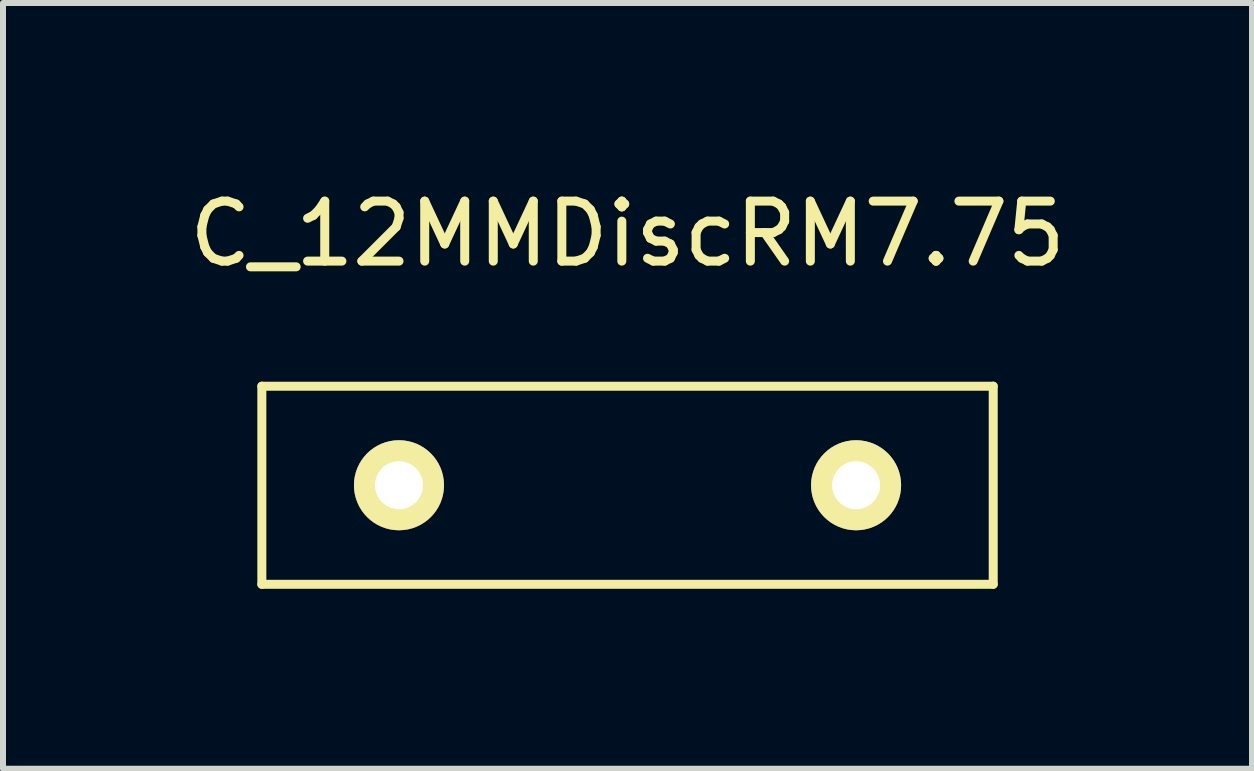
<source format=kicad_pcb>
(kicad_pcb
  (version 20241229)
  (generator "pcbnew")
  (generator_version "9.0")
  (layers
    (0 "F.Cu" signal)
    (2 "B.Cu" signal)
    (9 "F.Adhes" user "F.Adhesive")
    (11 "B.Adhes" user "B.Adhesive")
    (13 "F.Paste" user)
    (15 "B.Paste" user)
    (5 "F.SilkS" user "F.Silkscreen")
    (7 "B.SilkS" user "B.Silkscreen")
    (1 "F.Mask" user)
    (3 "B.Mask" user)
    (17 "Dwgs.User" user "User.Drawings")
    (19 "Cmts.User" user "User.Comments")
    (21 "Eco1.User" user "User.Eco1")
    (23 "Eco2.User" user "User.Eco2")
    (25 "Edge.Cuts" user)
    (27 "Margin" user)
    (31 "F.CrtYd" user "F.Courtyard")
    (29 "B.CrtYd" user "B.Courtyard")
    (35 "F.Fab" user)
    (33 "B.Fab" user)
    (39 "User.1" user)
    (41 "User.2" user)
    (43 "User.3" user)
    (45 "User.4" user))
  (footprint "C_12MMDiscRM7.75"
    (layer "F.Cu")
    (at 7.411 5.039)
    (property "Reference" "C_12MMDiscRM7.75" (at 0 -4.191 0) (layer "F.SilkS") (effects (font (size 1 1) (thickness 0.15))))
    (attr through_hole)
    (fp_line (start -6.096 -1.651) (end -6.096 1.651) (stroke (width 0.15) (type solid)) (layer "F.SilkS"))
    (fp_line (start -6.096 1.651) (end 6.096 1.651) (stroke (width 0.15) (type solid)) (layer "F.SilkS"))
    (fp_line (start 6.096 -1.651) (end -6.096 -1.651) (stroke (width 0.15) (type solid)) (layer "F.SilkS"))
    (fp_line (start 6.096 1.651) (end 6.096 -1.651) (stroke (width 0.15) (type solid)) (layer "F.SilkS"))
    (pad "1" thru_hole circle (at -3.81 0) (size 1.501 1.501) (drill 0.8) (layers "*.Cu" "*.Mask" "F.SilkS"))
    (pad "2" thru_hole circle (at 3.81 0) (size 1.501 1.501) (drill 0.8) (layers "*.Cu" "*.Mask" "F.SilkS")))
  (gr_rect
    (start -3 -3)
    (end 17.821 9.765)
    (stroke (width 0.1) (type default))
    (fill no)
    (layer "Edge.Cuts")))
</source>
